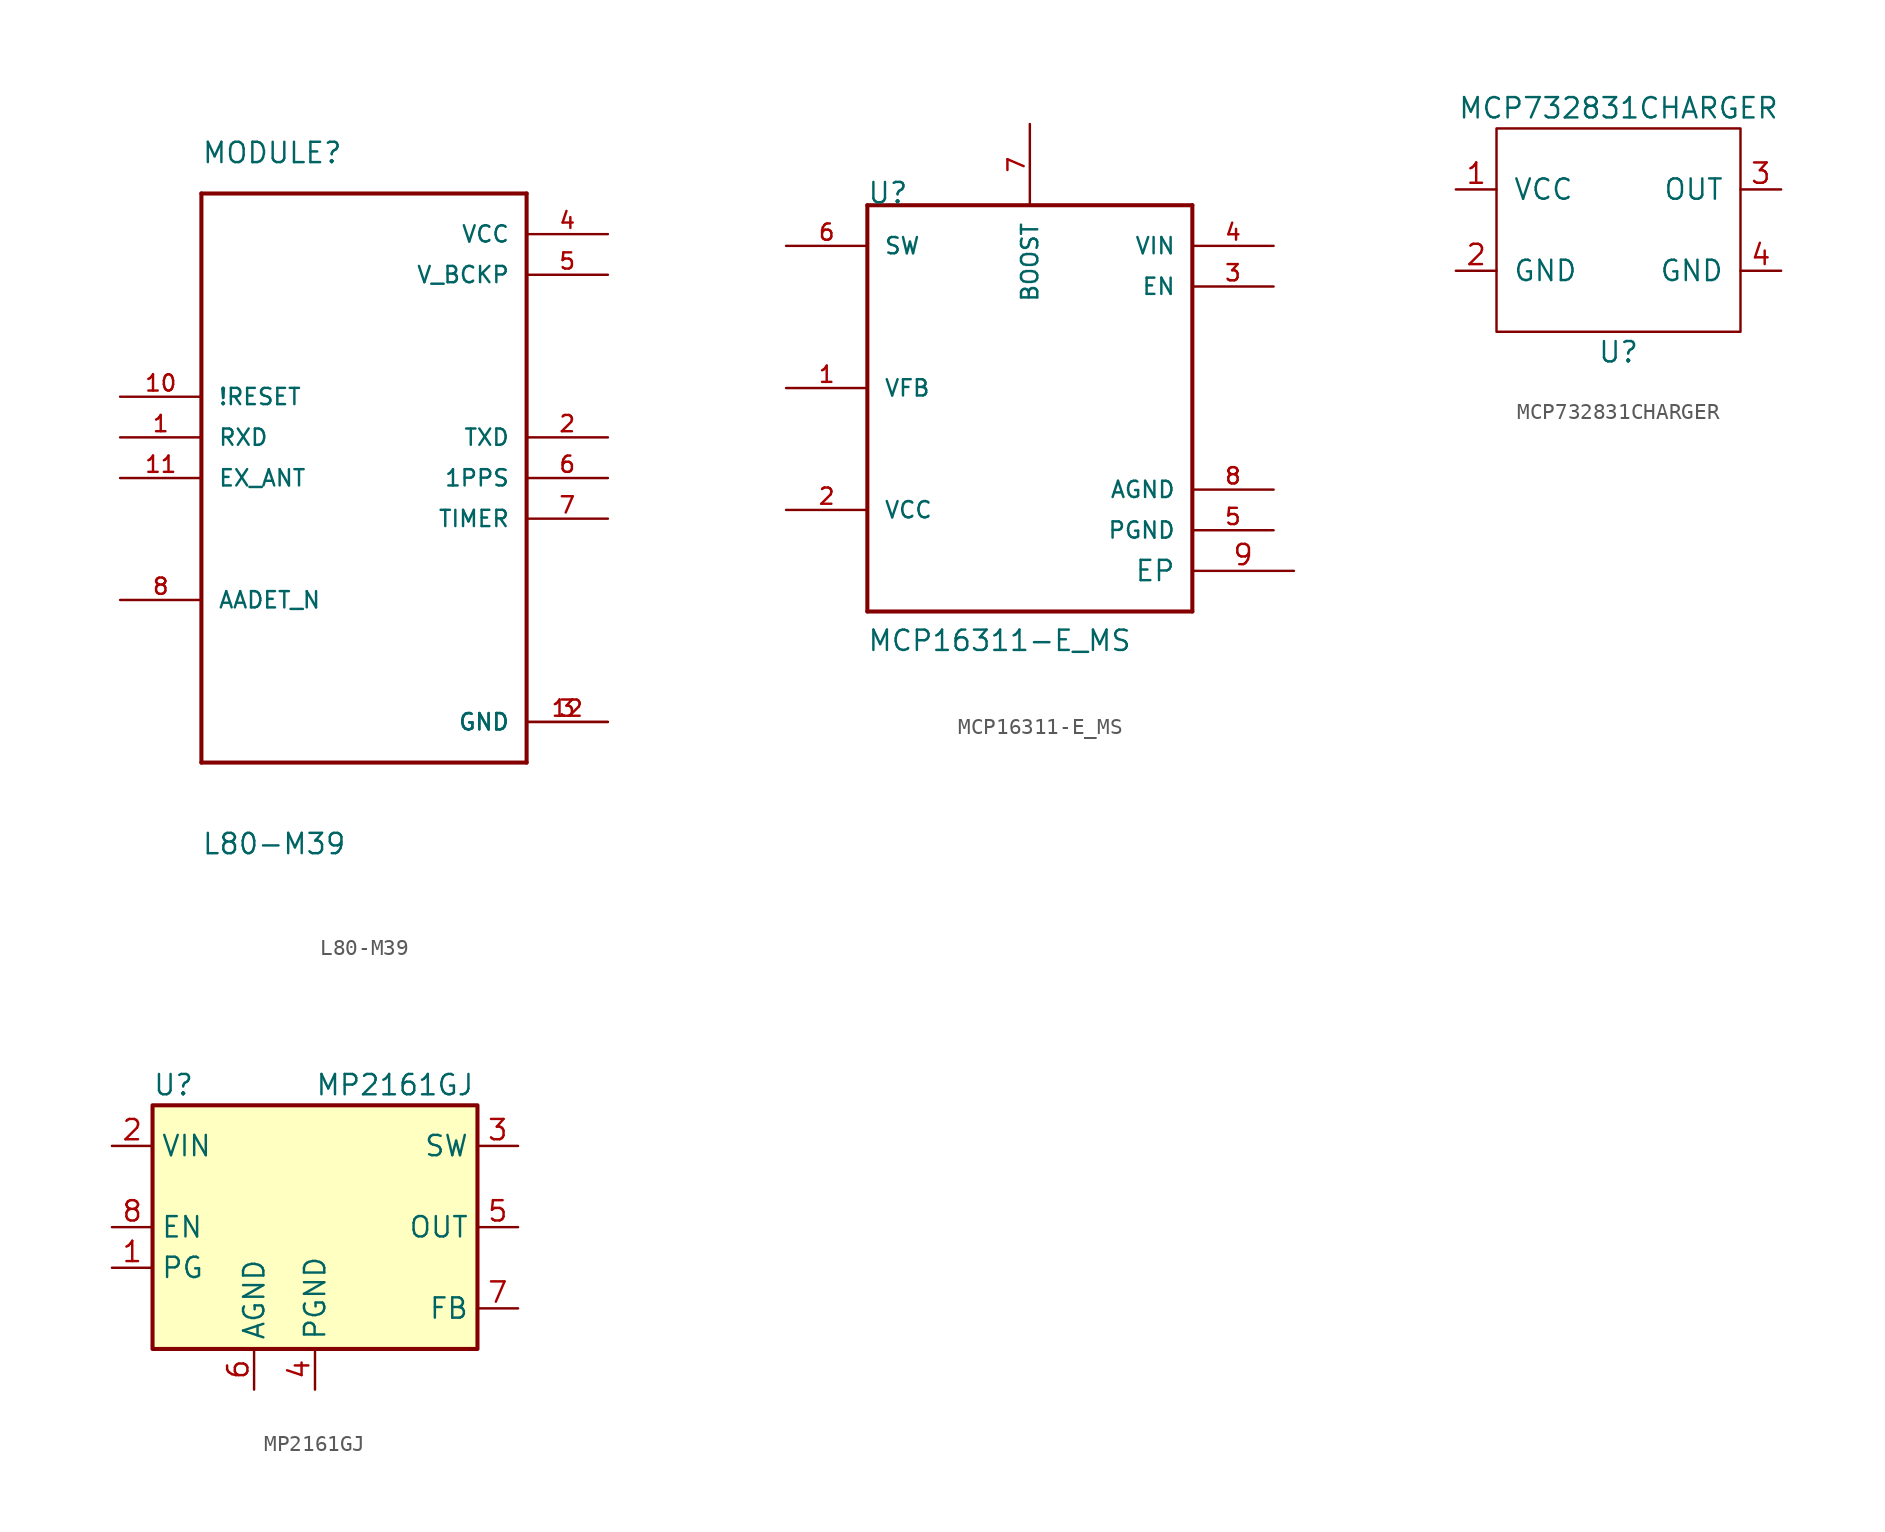
<source format=kicad_sym>
(kicad_symbol_lib
  (version 20211014)
  (generator kicad_symbol_editor)
  (symbol "L80-M39"
    (pin_names
      (offset 1.016))
    (property "Reference" "MODULE"
      (at -10.16 20.32 0)
      (effects (font (size 1.27 1.27)) (justify left)))
    (property "Value" "L80-M39"
      (at -10.16 -22.86 0)
      (effects (font (size 1.27 1.27)) (justify left)))
    (property "ki_locked" ""
      (at 0 0 0)
      (effects (font (size 1.27 1.27))))
    (symbol "L80-M39_0_0"
      (polyline (pts (xy -10.16 -17.78) (xy -10.16 17.78)) (stroke (width 0.254) (type default) (color 0 0 0 0)) (fill (type none)))
      (polyline (pts (xy -10.16 17.78) (xy 10.16 17.78)) (stroke (width 0.254) (type default) (color 0 0 0 0)) (fill (type none)))
      (polyline (pts (xy 10.16 -17.78) (xy -10.16 -17.78)) (stroke (width 0.254) (type default) (color 0 0 0 0)) (fill (type none)))
      (polyline (pts (xy 10.16 17.78) (xy 10.16 -17.78)) (stroke (width 0.254) (type default) (color 0 0 0 0)) (fill (type none)))
      (pin input line (at -15.24 2.54 0) (length 5.08) (name "RXD" (effects (font (size 1.016 1.016)))) (number "1" (effects (font (size 1.016 1.016)))))
      (pin input line (at -15.24 5.08 0) (length 5.08) (name "!RESET" (effects (font (size 1.016 1.016)))) (number "10" (effects (font (size 1.016 1.016)))))
      (pin input line (at -15.24 0 0) (length 5.08) (name "EX_ANT" (effects (font (size 1.016 1.016)))) (number "11" (effects (font (size 1.016 1.016)))))
      (pin passive line (at 15.24 -15.24 180) (length 5.08) (name "GND" (effects (font (size 1.016 1.016)))) (number "12" (effects (font (size 1.016 1.016)))))
      (pin output line (at 15.24 2.54 180) (length 5.08) (name "TXD" (effects (font (size 1.016 1.016)))) (number "2" (effects (font (size 1.016 1.016)))))
      (pin passive line (at 15.24 -15.24 180) (length 5.08) (name "GND" (effects (font (size 1.016 1.016)))) (number "3" (effects (font (size 1.016 1.016)))))
      (pin input line (at 15.24 15.24 180) (length 5.08) (name "VCC" (effects (font (size 1.016 1.016)))) (number "4" (effects (font (size 1.016 1.016)))))
      (pin input line (at 15.24 12.7 180) (length 5.08) (name "V_BCKP" (effects (font (size 1.016 1.016)))) (number "5" (effects (font (size 1.016 1.016)))))
      (pin output line (at 15.24 0 180) (length 5.08) (name "1PPS" (effects (font (size 1.016 1.016)))) (number "6" (effects (font (size 1.016 1.016)))))
      (pin output line (at 15.24 -2.54 180) (length 5.08) (name "TIMER" (effects (font (size 1.016 1.016)))) (number "7" (effects (font (size 1.016 1.016)))))
      (pin bidirectional line (at -15.24 -7.62 0) (length 5.08) (name "AADET_N" (effects (font (size 1.016 1.016)))) (number "8" (effects (font (size 1.016 1.016)))))))
  (symbol "MCP16311-E_MS"
    (pin_names
      (offset 1.016))
    (property "Reference" "U"
      (at -10.185 12.725 0)
      (effects (font (size 1.27 1.27)) (justify left bottom)))
    (property "Value" "MCP16311-E_MS"
      (at -10.185 -15.265 0)
      (effects (font (size 1.27 1.27)) (justify left bottom)))
    (property "ki_locked" ""
      (at 0 0 0)
      (effects (font (size 1.27 1.27))))
    (symbol "MCP16311-E_MS_0_0"
      (polyline (pts (xy -10.16 -12.7) (xy -10.16 12.7)) (stroke (width 0.254) (type default) (color 0 0 0 0)) (fill (type none)))
      (polyline (pts (xy -10.16 12.7) (xy 10.16 12.7)) (stroke (width 0.254) (type default) (color 0 0 0 0)) (fill (type none)))
      (polyline (pts (xy 10.16 -12.7) (xy -10.16 -12.7)) (stroke (width 0.254) (type default) (color 0 0 0 0)) (fill (type none)))
      (polyline (pts (xy 10.16 12.7) (xy 10.16 -12.7)) (stroke (width 0.254) (type default) (color 0 0 0 0)) (fill (type none)))
      (pin output line (at -15.24 1.27 0) (length 5.08) (name "VFB" (effects (font (size 1.016 1.016)))) (number "1" (effects (font (size 1.016 1.016)))))
      (pin power_in line (at -15.24 -6.35 0) (length 5.08) (name "VCC" (effects (font (size 1.016 1.016)))) (number "2" (effects (font (size 1.016 1.016)))))
      (pin input line (at 15.24 7.62 180) (length 5.08) (name "EN" (effects (font (size 1.016 1.016)))) (number "3" (effects (font (size 1.016 1.016)))))
      (pin power_in line (at 15.24 10.16 180) (length 5.08) (name "VIN" (effects (font (size 1.016 1.016)))) (number "4" (effects (font (size 1.016 1.016)))))
      (pin power_in line (at 15.24 -7.62 180) (length 5.08) (name "PGND" (effects (font (size 1.016 1.016)))) (number "5" (effects (font (size 1.016 1.016)))))
      (pin output line (at -15.24 10.16 0) (length 5.08) (name "SW" (effects (font (size 1.016 1.016)))) (number "6" (effects (font (size 1.016 1.016)))))
      (pin output line (at 0 17.78 270) (length 5.08) (name "BOOST" (effects (font (size 1.016 1.016)))) (number "7" (effects (font (size 1.016 1.016)))))
      (pin power_in line (at 15.24 -5.08 180) (length 5.08) (name "AGND" (effects (font (size 1.016 1.016)))) (number "8" (effects (font (size 1.016 1.016))))))
    (symbol "MCP16311-E_MS_1_1"
      (pin input line (at 16.51 -10.16 180) (length 6.35) (name "EP" (effects (font (size 1.27 1.27)))) (number "9" (effects (font (size 1.27 1.27)))))))
  (symbol "MCP732831CHARGER"
    (pin_names
      (offset 1.016))
    (property "Reference" "U"
      (at 0 -7.62 0)
      (effects (font (size 1.27 1.27))))
    (property "Value" "MCP732831CHARGER"
      (at 0 7.62 0)
      (effects (font (size 1.27 1.27))))
    (symbol "MCP732831CHARGER_0_1"
      (rectangle (start -7.62 6.35) (end 7.62 -6.35) (stroke (width 0) (type default) (color 0 0 0 0)) (fill (type none))))
    (symbol "MCP732831CHARGER_1_1"
      (pin input line (at -10.16 2.54 0) (length 2.54) (name "VCC" (effects (font (size 1.27 1.27)))) (number "1" (effects (font (size 1.27 1.27)))))
      (pin input line (at -10.16 -2.54 0) (length 2.54) (name "GND" (effects (font (size 1.27 1.27)))) (number "2" (effects (font (size 1.27 1.27)))))
      (pin output line (at 10.16 2.54 180) (length 2.54) (name "OUT" (effects (font (size 1.27 1.27)))) (number "3" (effects (font (size 1.27 1.27)))))
      (pin output line (at 10.16 -2.54 180) (length 2.54) (name "GND" (effects (font (size 1.27 1.27)))) (number "4" (effects (font (size 1.27 1.27)))))))
  (symbol "MP2161GJ"
    (property "Reference" "U"
      (at -10.16 8.89 0)
      (effects (font (size 1.27 1.27)) (justify left)))
    (property "Value" "MP2161GJ"
      (at 0 8.89 0)
      (effects (font (size 1.27 1.27)) (justify left)))
    (symbol "MP2161GJ_0_1"
      (rectangle (start -10.16 7.62) (end 10.16 -7.62) (stroke (width 0.254) (type default) (color 0 0 0 0)) (fill (type background))))
    (symbol "MP2161GJ_1_1"
      (pin input line (at -12.7 -2.54 0) (length 2.54) (name "PG" (effects (font (size 1.27 1.27)))) (number "1" (effects (font (size 1.27 1.27)))))
      (pin power_in line (at -12.7 5.08 0) (length 2.54) (name "VIN" (effects (font (size 1.27 1.27)))) (number "2" (effects (font (size 1.27 1.27)))))
      (pin output line (at 12.7 5.08 180) (length 2.54) (name "SW" (effects (font (size 1.27 1.27)))) (number "3" (effects (font (size 1.27 1.27)))))
      (pin power_in line (at 0 -10.16 90) (length 2.54) (name "PGND" (effects (font (size 1.27 1.27)))) (number "4" (effects (font (size 1.27 1.27)))))
      (pin input line (at 12.7 0 180) (length 2.54) (name "OUT" (effects (font (size 1.27 1.27)))) (number "5" (effects (font (size 1.27 1.27)))))
      (pin input line (at -3.81 -10.16 90) (length 2.54) (name "AGND" (effects (font (size 1.27 1.27)))) (number "6" (effects (font (size 1.27 1.27)))))
      (pin input line (at 12.7 -5.08 180) (length 2.54) (name "FB" (effects (font (size 1.27 1.27)))) (number "7" (effects (font (size 1.27 1.27)))))
      (pin input line (at -12.7 0 0) (length 2.54) (name "EN" (effects (font (size 1.27 1.27)))) (number "8" (effects (font (size 1.27 1.27))))))))
</source>
